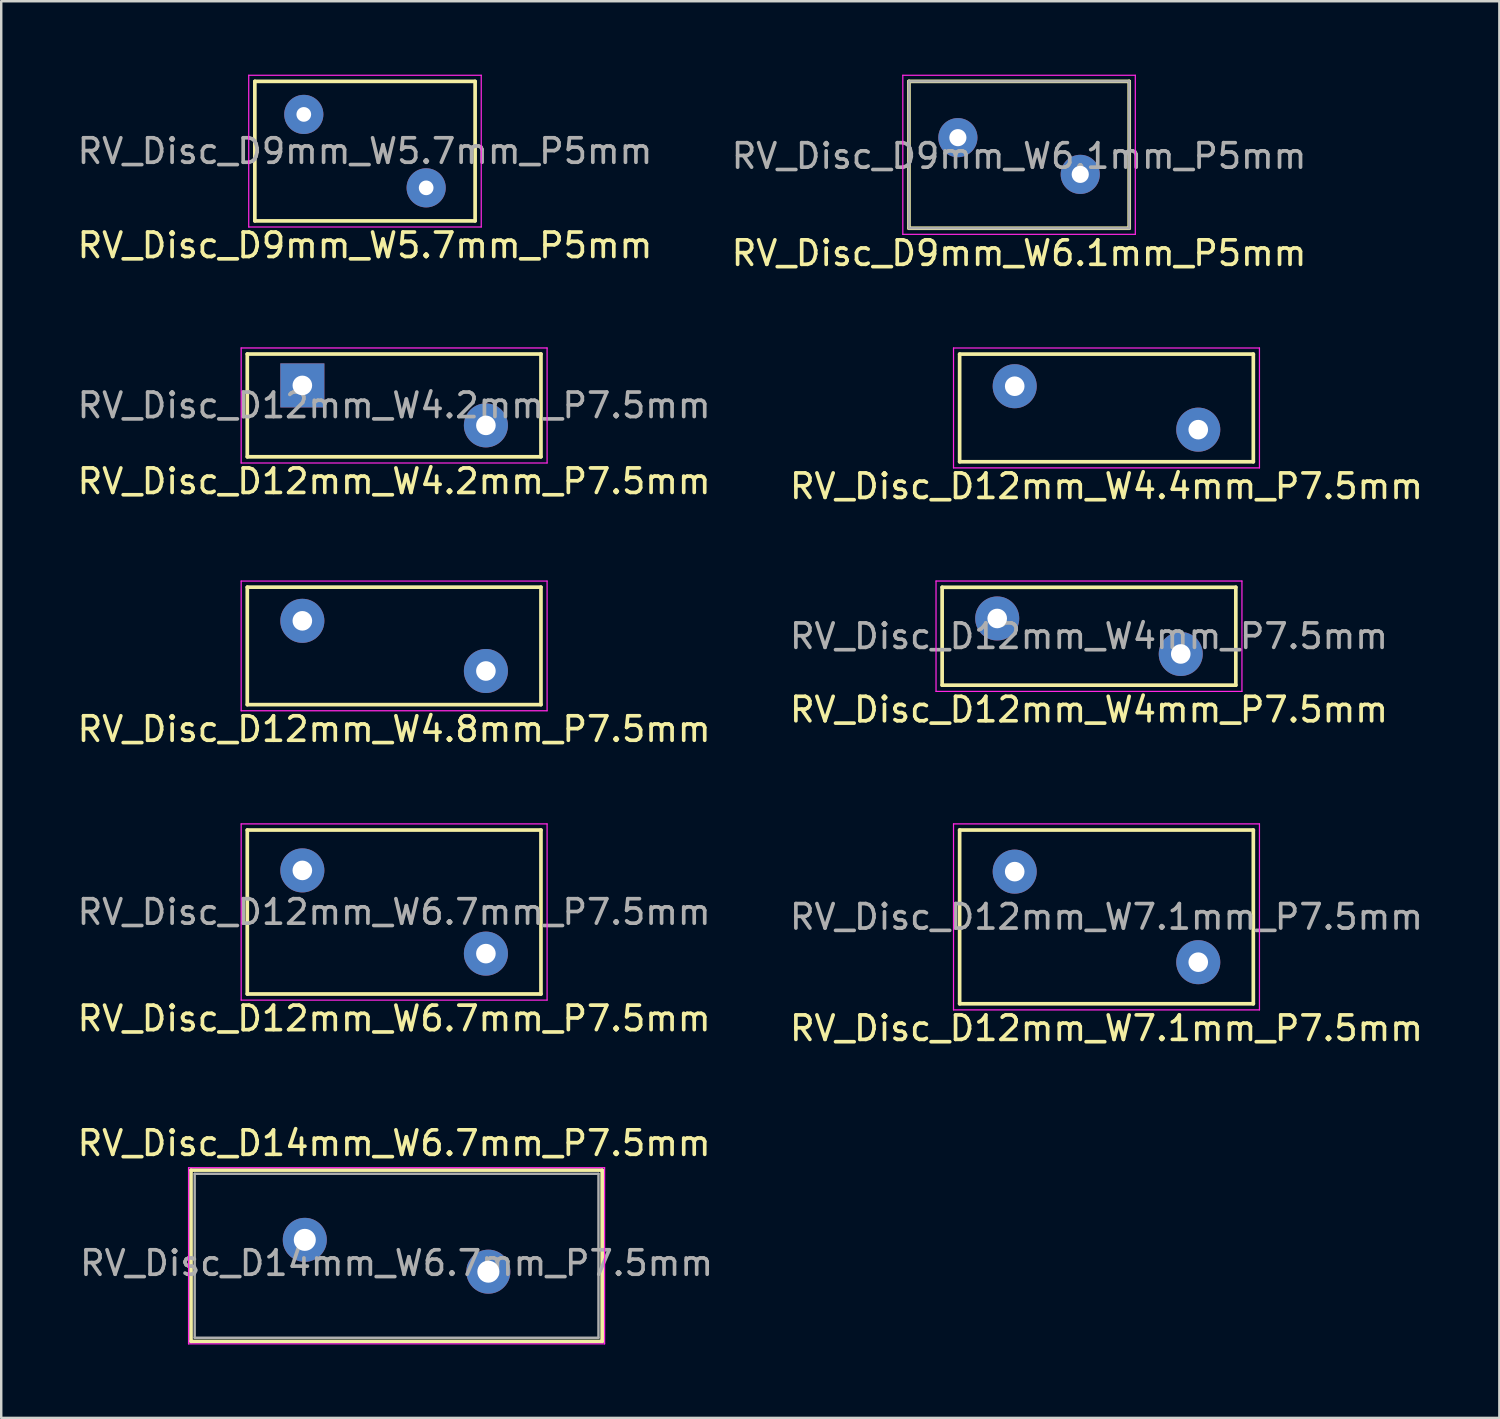
<source format=kicad_pcb>
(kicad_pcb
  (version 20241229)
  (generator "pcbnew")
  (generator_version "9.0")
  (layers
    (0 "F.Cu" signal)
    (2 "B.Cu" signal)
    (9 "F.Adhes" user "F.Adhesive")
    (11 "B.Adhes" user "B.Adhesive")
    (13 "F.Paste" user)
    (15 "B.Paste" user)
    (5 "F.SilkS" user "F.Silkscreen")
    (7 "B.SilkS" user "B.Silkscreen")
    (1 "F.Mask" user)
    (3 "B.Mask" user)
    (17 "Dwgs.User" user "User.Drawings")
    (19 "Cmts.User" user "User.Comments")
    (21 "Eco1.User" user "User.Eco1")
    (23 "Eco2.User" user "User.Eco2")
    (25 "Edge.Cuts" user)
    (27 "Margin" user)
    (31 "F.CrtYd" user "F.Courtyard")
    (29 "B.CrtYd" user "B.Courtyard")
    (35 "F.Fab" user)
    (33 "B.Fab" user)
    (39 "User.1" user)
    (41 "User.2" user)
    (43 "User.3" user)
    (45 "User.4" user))
  (footprint "RV_Disc_D12mm_W4.8mm_P7.5mm"
    (layer "F.Cu")
    (at 9.304 22.317)
    (property "Reference" "RV_Disc_D12mm_W4.8mm_P7.5mm" (at 3.75 4.425 0) (layer "F.SilkS") (effects (font (size 1 1) (thickness 0.15))))
    (attr through_hole)
    (fp_line (start -2.25 -1.375) (end -2.25 3.425) (stroke (width 0.15) (type solid)) (layer "F.SilkS"))
    (fp_line (start -2.25 -1.375) (end 9.75 -1.375) (stroke (width 0.15) (type solid)) (layer "F.SilkS"))
    (fp_line (start -2.25 3.425) (end 9.75 3.425) (stroke (width 0.15) (type solid)) (layer "F.SilkS"))
    (fp_line (start 9.75 -1.375) (end 9.75 3.425) (stroke (width 0.15) (type solid)) (layer "F.SilkS"))
    (fp_line (start -2.5 -1.625) (end -2.5 3.675) (stroke (width 0.05) (type solid)) (layer "F.CrtYd"))
    (fp_line (start -2.5 -1.625) (end 10 -1.625) (stroke (width 0.05) (type solid)) (layer "F.CrtYd"))
    (fp_line (start -2.5 3.675) (end 10 3.675) (stroke (width 0.05) (type solid)) (layer "F.CrtYd"))
    (fp_line (start 10 -1.625) (end 10 3.675) (stroke (width 0.05) (type solid)) (layer "F.CrtYd"))
    (pad "1" thru_hole circle (at 0 0) (size 1.8 1.8) (drill 0.8) (layers "*.Cu" "*.Mask"))
    (pad "2" thru_hole circle (at 7.5 2.05) (size 1.8 1.8) (drill 0.8) (layers "*.Cu" "*.Mask")))
  (footprint "RV_Disc_D12mm_W4mm_P7.5mm"
    (layer "F.Cu")
    (at 37.696 22.221)
    (property "Reference" "RV_Disc_D12mm_W4mm_P7.5mm" (at 3.75 3.725 0) (layer "F.SilkS") (effects (font (size 1 1) (thickness 0.15))))
    (attr through_hole)
    (fp_line (start -2.25 -1.275) (end -2.25 2.725) (stroke (width 0.15) (type solid)) (layer "F.SilkS"))
    (fp_line (start -2.25 -1.275) (end 9.75 -1.275) (stroke (width 0.15) (type solid)) (layer "F.SilkS"))
    (fp_line (start -2.25 2.725) (end 9.75 2.725) (stroke (width 0.15) (type solid)) (layer "F.SilkS"))
    (fp_line (start 9.75 -1.275) (end 9.75 2.725) (stroke (width 0.15) (type solid)) (layer "F.SilkS"))
    (fp_line (start -2.5 -1.53) (end -2.5 2.98) (stroke (width 0.05) (type solid)) (layer "F.CrtYd"))
    (fp_line (start -2.5 -1.53) (end 10 -1.53) (stroke (width 0.05) (type solid)) (layer "F.CrtYd"))
    (fp_line (start -2.5 2.98) (end 10 2.98) (stroke (width 0.05) (type solid)) (layer "F.CrtYd"))
    (fp_line (start 10 -1.53) (end 10 2.98) (stroke (width 0.05) (type solid)) (layer "F.CrtYd"))
    (fp_text user "${REFERENCE}" (at 3.75 0.725 0) (layer "F.Fab") (effects (font (size 1 1) (thickness 0.15))))
    (pad "1" thru_hole circle (at 0 0) (size 1.8 1.8) (drill 0.8) (layers "*.Cu" "*.Mask"))
    (pad "2" thru_hole circle (at 7.5 1.45) (size 1.8 1.8) (drill 0.8) (layers "*.Cu" "*.Mask")))
  (footprint "RV_Disc_D9mm_W6.1mm_P5mm"
    (layer "F.Cu")
    (at 36.089 2.575)
    (property "Reference" "RV_Disc_D9mm_W6.1mm_P5mm" (at 2.5 4.72 0) (layer "F.SilkS") (effects (font (size 1 1) (thickness 0.15))))
    (attr through_hole)
    (fp_line (start -2 -2.3) (end -2 3.7) (stroke (width 0.15) (type solid)) (layer "F.SilkS"))
    (fp_line (start -2 -2.3) (end 7 -2.3) (stroke (width 0.15) (type solid)) (layer "F.SilkS"))
    (fp_line (start -2 3.7) (end 7 3.7) (stroke (width 0.15) (type solid)) (layer "F.SilkS"))
    (fp_line (start 7 -2.3) (end 7 3.7) (stroke (width 0.15) (type solid)) (layer "F.SilkS"))
    (fp_line (start -2.25 -2.55) (end -2.25 3.95) (stroke (width 0.05) (type solid)) (layer "F.CrtYd"))
    (fp_line (start -2.25 -2.55) (end 7.25 -2.55) (stroke (width 0.05) (type solid)) (layer "F.CrtYd"))
    (fp_line (start -2.25 3.95) (end 7.25 3.95) (stroke (width 0.05) (type solid)) (layer "F.CrtYd"))
    (fp_line (start 7.25 -2.55) (end 7.25 3.95) (stroke (width 0.05) (type solid)) (layer "F.CrtYd"))
    (fp_line (start -2 -2.3) (end -2 3.7) (stroke (width 0.1) (type solid)) (layer "F.Fab"))
    (fp_line (start -2 -2.3) (end 7 -2.3) (stroke (width 0.1) (type solid)) (layer "F.Fab"))
    (fp_line (start -2 3.7) (end 7 3.7) (stroke (width 0.1) (type solid)) (layer "F.Fab"))
    (fp_line (start 7 -2.3) (end 7 3.7) (stroke (width 0.1) (type solid)) (layer "F.Fab"))
    (fp_text user "${REFERENCE}" (at 2.5 0.75 0) (layer "F.Fab") (effects (font (size 1 1) (thickness 0.15))))
    (pad "1" thru_hole circle (at 0 0) (size 1.6 1.6) (drill 0.7) (layers "*.Cu" "*.Mask"))
    (pad "2" thru_hole circle (at 5 1.5 90) (size 1.6 1.6) (drill 0.7) (layers "*.Cu" "*.Mask")))
  (footprint "RV_Disc_D9mm_W5.7mm_P5mm"
    (layer "F.Cu")
    (at 9.363 1.625)
    (property "Reference" "RV_Disc_D9mm_W5.7mm_P5mm" (at 2.5 5.35 0) (layer "F.SilkS") (effects (font (size 1 1) (thickness 0.15))))
    (attr through_hole)
    (fp_line (start -2 -1.35) (end -2 4.35) (stroke (width 0.15) (type solid)) (layer "F.SilkS"))
    (fp_line (start -2 -1.35) (end 7 -1.35) (stroke (width 0.15) (type solid)) (layer "F.SilkS"))
    (fp_line (start -2 4.35) (end 7 4.35) (stroke (width 0.15) (type solid)) (layer "F.SilkS"))
    (fp_line (start 7 -1.35) (end 7 4.35) (stroke (width 0.15) (type solid)) (layer "F.SilkS"))
    (fp_line (start -2.25 -1.6) (end -2.25 4.6) (stroke (width 0.05) (type solid)) (layer "F.CrtYd"))
    (fp_line (start -2.25 -1.6) (end 7.25 -1.6) (stroke (width 0.05) (type solid)) (layer "F.CrtYd"))
    (fp_line (start -2.25 4.6) (end 7.25 4.6) (stroke (width 0.05) (type solid)) (layer "F.CrtYd"))
    (fp_line (start 7.25 -1.6) (end 7.25 4.6) (stroke (width 0.05) (type solid)) (layer "F.CrtYd"))
    (fp_text user "${REFERENCE}" (at 2.5 1.5 0) (layer "F.Fab") (effects (font (size 1 1) (thickness 0.15))))
    (pad "1" thru_hole circle (at 0 0) (size 1.6 1.6) (drill 0.6) (layers "*.Cu" "*.Mask"))
    (pad "2" thru_hole circle (at 5 3) (size 1.6 1.6) (drill 0.6) (layers "*.Cu" "*.Mask")))
  (footprint "RV_Disc_D14mm_W6.7mm_P7.5mm"
    (layer "F.Cu")
    (at 9.404 47.611)
    (property "Reference" "RV_Disc_D14mm_W6.7mm_P7.5mm" (at 3.65 -3.95 0) (layer "F.SilkS") (effects (font (size 1 1) (thickness 0.15))))
    (attr through_hole)
    (fp_line (start -4.65 -2.85) (end -4.65 4.15) (stroke (width 0.15) (type solid)) (layer "F.SilkS"))
    (fp_line (start -4.65 -2.85) (end 12.15 -2.85) (stroke (width 0.15) (type solid)) (layer "F.SilkS"))
    (fp_line (start -4.65 4.15) (end 12.15 4.15) (stroke (width 0.15) (type solid)) (layer "F.SilkS"))
    (fp_line (start 12.15 -2.85) (end 12.15 4.15) (stroke (width 0.15) (type solid)) (layer "F.SilkS"))
    (fp_line (start -4.75 -2.95) (end -4.75 4.25) (stroke (width 0.05) (type solid)) (layer "F.CrtYd"))
    (fp_line (start -4.75 -2.95) (end 12.25 -2.95) (stroke (width 0.05) (type solid)) (layer "F.CrtYd"))
    (fp_line (start -4.75 4.25) (end 12.25 4.25) (stroke (width 0.05) (type solid)) (layer "F.CrtYd"))
    (fp_line (start 12.25 -2.95) (end 12.25 4.25) (stroke (width 0.05) (type solid)) (layer "F.CrtYd"))
    (fp_line (start -4.5 -2.7) (end -4.5 4) (stroke (width 0.1) (type solid)) (layer "F.Fab"))
    (fp_line (start -4.5 -2.7) (end 12 -2.7) (stroke (width 0.1) (type solid)) (layer "F.Fab"))
    (fp_line (start -4.5 4) (end 12 4) (stroke (width 0.1) (type solid)) (layer "F.Fab"))
    (fp_line (start 12 -2.7) (end 12 4) (stroke (width 0.1) (type solid)) (layer "F.Fab"))
    (fp_text user "${REFERENCE}" (at 3.75 0.95 0) (layer "F.Fab") (effects (font (size 1 1) (thickness 0.15))))
    (pad "1" thru_hole circle (at 0 0) (size 1.8 1.8) (drill 0.9) (layers "*.Cu" "*.Mask"))
    (pad "2" thru_hole circle (at 7.5 1.3) (size 1.8 1.8) (drill 0.9) (layers "*.Cu" "*.Mask")))
  (footprint "RV_Disc_D12mm_W6.7mm_P7.5mm"
    (layer "F.Cu")
    (at 9.304 32.515)
    (property "Reference" "RV_Disc_D12mm_W6.7mm_P7.5mm" (at 3.75 6.05 0) (layer "F.SilkS") (effects (font (size 1 1) (thickness 0.15))))
    (attr through_hole)
    (fp_line (start -2.25 -1.65) (end -2.25 5.05) (stroke (width 0.15) (type solid)) (layer "F.SilkS"))
    (fp_line (start -2.25 -1.65) (end 9.75 -1.65) (stroke (width 0.15) (type solid)) (layer "F.SilkS"))
    (fp_line (start -2.25 5.05) (end 9.75 5.05) (stroke (width 0.15) (type solid)) (layer "F.SilkS"))
    (fp_line (start 9.75 -1.65) (end 9.75 5.05) (stroke (width 0.15) (type solid)) (layer "F.SilkS"))
    (fp_line (start -2.5 -1.9) (end -2.5 5.3) (stroke (width 0.05) (type solid)) (layer "F.CrtYd"))
    (fp_line (start -2.5 -1.9) (end 10 -1.9) (stroke (width 0.05) (type solid)) (layer "F.CrtYd"))
    (fp_line (start -2.5 5.3) (end 10 5.3) (stroke (width 0.05) (type solid)) (layer "F.CrtYd"))
    (fp_line (start 10 -1.9) (end 10 5.3) (stroke (width 0.05) (type solid)) (layer "F.CrtYd"))
    (fp_text user "${REFERENCE}" (at 3.75 1.7 0) (layer "F.Fab") (effects (font (size 1 1) (thickness 0.15))))
    (pad "1" thru_hole circle (at 0 0) (size 1.8 1.8) (drill 0.8) (layers "*.Cu" "*.Mask"))
    (pad "2" thru_hole circle (at 7.5 3.4) (size 1.8 1.8) (drill 0.8) (layers "*.Cu" "*.Mask")))
  (footprint "RV_Disc_D12mm_W4.2mm_P7.5mm"
    (layer "F.Cu")
    (at 9.304 12.698)
    (property "Reference" "RV_Disc_D12mm_W4.2mm_P7.5mm" (at 3.75 3.917 0) (layer "F.SilkS") (effects (font (size 1 1) (thickness 0.15))))
    (attr through_hole)
    (fp_line (start -2.25 -1.283) (end -2.25 2.917) (stroke (width 0.15) (type solid)) (layer "F.SilkS"))
    (fp_line (start -2.25 -1.283) (end 9.75 -1.283) (stroke (width 0.15) (type solid)) (layer "F.SilkS"))
    (fp_line (start -2.25 2.917) (end 9.75 2.917) (stroke (width 0.15) (type solid)) (layer "F.SilkS"))
    (fp_line (start 9.75 -1.283) (end 9.75 2.917) (stroke (width 0.15) (type solid)) (layer "F.SilkS"))
    (fp_line (start -2.5 -1.53) (end -2.5 3.17) (stroke (width 0.05) (type solid)) (layer "F.CrtYd"))
    (fp_line (start -2.5 -1.53) (end 10 -1.53) (stroke (width 0.05) (type solid)) (layer "F.CrtYd"))
    (fp_line (start -2.5 3.17) (end 10 3.17) (stroke (width 0.05) (type solid)) (layer "F.CrtYd"))
    (fp_line (start 10 -1.53) (end 10 3.17) (stroke (width 0.05) (type solid)) (layer "F.CrtYd"))
    (fp_text user "${REFERENCE}" (at 3.75 0.817 0) (layer "F.Fab") (effects (font (size 1 1) (thickness 0.15))))
    (pad "1" thru_hole rect (at 0 0) (size 1.8 1.8) (drill 0.8) (layers "*.Cu" "*.Mask"))
    (pad "2" thru_hole circle (at 7.5 1.633) (size 1.8 1.8) (drill 0.8) (layers "*.Cu" "*.Mask")))
  (footprint "RV_Disc_D12mm_W4.4mm_P7.5mm"
    (layer "F.Cu")
    (at 38.411 12.731)
    (property "Reference" "RV_Disc_D12mm_W4.4mm_P7.5mm" (at 3.75 4.088 0) (layer "F.SilkS") (effects (font (size 1 1) (thickness 0.15))))
    (attr through_hole)
    (fp_line (start -2.25 -1.312) (end -2.25 3.087) (stroke (width 0.15) (type solid)) (layer "F.SilkS"))
    (fp_line (start -2.25 -1.312) (end 9.75 -1.312) (stroke (width 0.15) (type solid)) (layer "F.SilkS"))
    (fp_line (start -2.25 3.087) (end 9.75 3.087) (stroke (width 0.15) (type solid)) (layer "F.SilkS"))
    (fp_line (start 9.75 -1.312) (end 9.75 3.087) (stroke (width 0.15) (type solid)) (layer "F.SilkS"))
    (fp_line (start -2.5 -1.562) (end -2.5 3.337) (stroke (width 0.05) (type solid)) (layer "F.CrtYd"))
    (fp_line (start -2.5 -1.562) (end 10 -1.562) (stroke (width 0.05) (type solid)) (layer "F.CrtYd"))
    (fp_line (start -2.5 3.337) (end 10 3.337) (stroke (width 0.05) (type solid)) (layer "F.CrtYd"))
    (fp_line (start 10 -1.562) (end 10 3.337) (stroke (width 0.05) (type solid)) (layer "F.CrtYd"))
    (pad "1" thru_hole circle (at 0 0) (size 1.8 1.8) (drill 0.8) (layers "*.Cu" "*.Mask"))
    (pad "2" thru_hole circle (at 7.5 1.775) (size 1.8 1.8) (drill 0.8) (layers "*.Cu" "*.Mask")))
  (footprint "RV_Disc_D12mm_W7.1mm_P7.5mm"
    (layer "F.Cu")
    (at 38.411 32.565)
    (property "Reference" "RV_Disc_D12mm_W7.1mm_P7.5mm" (at 3.75 6.4 0) (layer "F.SilkS") (effects (font (size 1 1) (thickness 0.15))))
    (attr through_hole)
    (fp_line (start -2.25 -1.7) (end -2.25 5.4) (stroke (width 0.15) (type solid)) (layer "F.SilkS"))
    (fp_line (start -2.25 -1.7) (end 9.75 -1.7) (stroke (width 0.15) (type solid)) (layer "F.SilkS"))
    (fp_line (start -2.25 5.4) (end 9.75 5.4) (stroke (width 0.15) (type solid)) (layer "F.SilkS"))
    (fp_line (start 9.75 -1.7) (end 9.75 5.4) (stroke (width 0.15) (type solid)) (layer "F.SilkS"))
    (fp_line (start -2.5 -1.95) (end -2.5 5.65) (stroke (width 0.05) (type solid)) (layer "F.CrtYd"))
    (fp_line (start -2.5 -1.95) (end 10 -1.95) (stroke (width 0.05) (type solid)) (layer "F.CrtYd"))
    (fp_line (start -2.5 5.65) (end 10 5.65) (stroke (width 0.05) (type solid)) (layer "F.CrtYd"))
    (fp_line (start 10 -1.95) (end 10 5.65) (stroke (width 0.05) (type solid)) (layer "F.CrtYd"))
    (fp_text user "${REFERENCE}" (at 3.75 1.85 0) (layer "F.Fab") (effects (font (size 1 1) (thickness 0.15))))
    (pad "1" thru_hole circle (at 0 0) (size 1.8 1.8) (drill 0.8) (layers "*.Cu" "*.Mask"))
    (pad "2" thru_hole circle (at 7.5 3.7) (size 1.8 1.8) (drill 0.8) (layers "*.Cu" "*.Mask")))
  (gr_rect
    (start -3 -3)
    (end 58.214 54.886)
    (stroke (width 0.1) (type default))
    (fill no)
    (layer "Edge.Cuts")))
</source>
